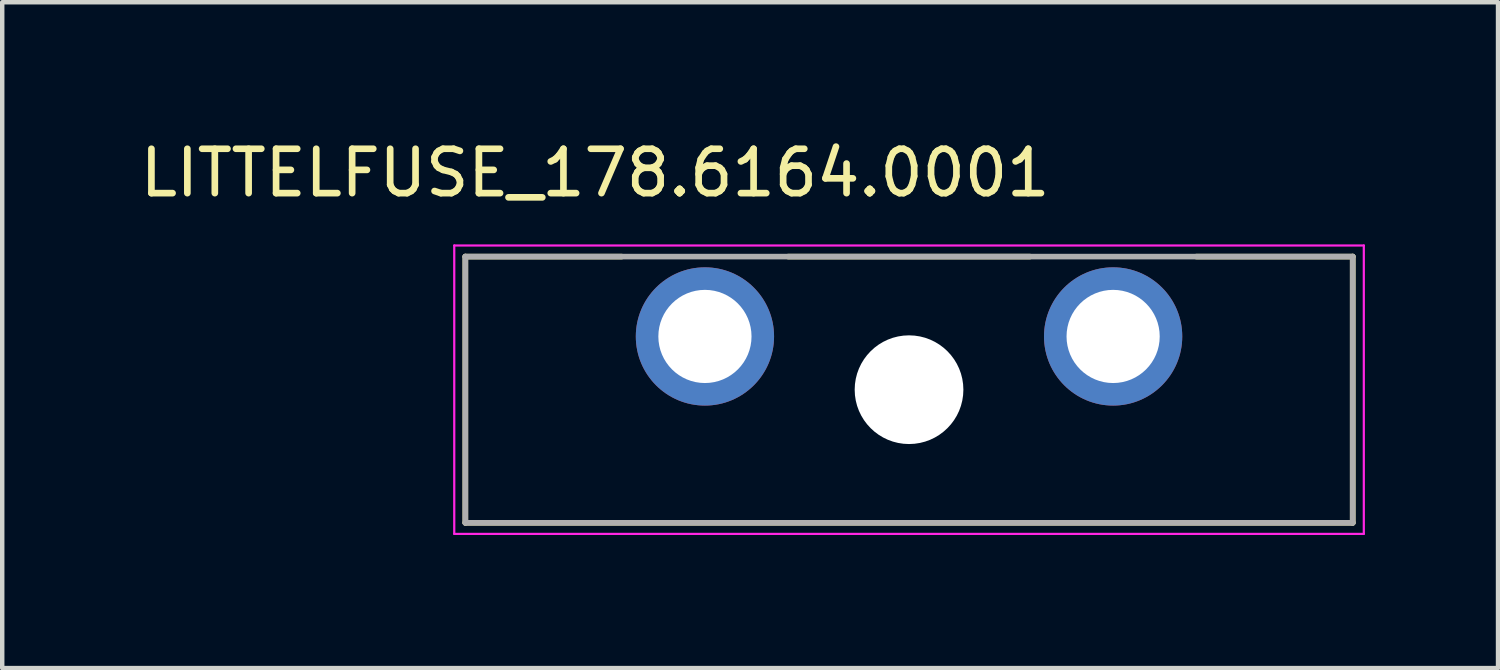
<source format=kicad_pcb>
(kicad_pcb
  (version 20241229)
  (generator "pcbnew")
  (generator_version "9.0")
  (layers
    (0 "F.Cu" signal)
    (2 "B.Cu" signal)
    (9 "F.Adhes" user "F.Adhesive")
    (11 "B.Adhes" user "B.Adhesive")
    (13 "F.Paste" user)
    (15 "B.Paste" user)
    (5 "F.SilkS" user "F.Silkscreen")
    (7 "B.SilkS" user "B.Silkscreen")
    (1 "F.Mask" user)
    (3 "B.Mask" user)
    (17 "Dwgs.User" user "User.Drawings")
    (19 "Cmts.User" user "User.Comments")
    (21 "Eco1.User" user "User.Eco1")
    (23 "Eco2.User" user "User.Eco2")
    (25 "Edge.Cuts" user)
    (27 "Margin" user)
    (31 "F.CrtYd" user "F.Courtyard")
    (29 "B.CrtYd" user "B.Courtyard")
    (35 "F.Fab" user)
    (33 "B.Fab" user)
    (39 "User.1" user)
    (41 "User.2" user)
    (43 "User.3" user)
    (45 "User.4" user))
  (footprint "LITTELFUSE_178.6164.0001"
    (layer "F.Cu")
    (at 17.438 5.733)
    (property "Reference" "LITTELFUSE_178.6164.0001" (at -7.075 -4.885 0) (layer "F.SilkS") (effects (font (size 1 1) (thickness 0.15))))
    (attr through_hole)
    (fp_line (start -10 -3) (end -6.478 -3) (stroke (width 0.127) (type solid)) (layer "F.SilkS"))
    (fp_line (start -10 3) (end -10 -3) (stroke (width 0.127) (type solid)) (layer "F.SilkS"))
    (fp_line (start -2.722 -3) (end 2.722 -3) (stroke (width 0.127) (type solid)) (layer "F.SilkS"))
    (fp_line (start 6.478 -3) (end 10 -3) (stroke (width 0.127) (type solid)) (layer "F.SilkS"))
    (fp_line (start 10 -3) (end 10 3) (stroke (width 0.127) (type solid)) (layer "F.SilkS"))
    (fp_line (start 10 3) (end -10 3) (stroke (width 0.127) (type solid)) (layer "F.SilkS"))
    (fp_line (start -10.25 -3.25) (end -10.25 3.25) (stroke (width 0.05) (type solid)) (layer "F.CrtYd"))
    (fp_line (start -10.25 3.25) (end 10.25 3.25) (stroke (width 0.05) (type solid)) (layer "F.CrtYd"))
    (fp_line (start 10.25 -3.25) (end -10.25 -3.25) (stroke (width 0.05) (type solid)) (layer "F.CrtYd"))
    (fp_line (start 10.25 3.25) (end 10.25 -3.25) (stroke (width 0.05) (type solid)) (layer "F.CrtYd"))
    (fp_line (start -10 -3) (end 10 -3) (stroke (width 0.127) (type solid)) (layer "F.Fab"))
    (fp_line (start -10 3) (end -10 -3) (stroke (width 0.127) (type solid)) (layer "F.Fab"))
    (fp_line (start 10 -3) (end 10 3) (stroke (width 0.127) (type solid)) (layer "F.Fab"))
    (fp_line (start 10 3) (end -10 3) (stroke (width 0.127) (type solid)) (layer "F.Fab"))
    (pad "" np_thru_hole circle (at 0 0) (size 2.45 2.45) (drill 2.45) (layers "*.Cu" "*.Mask"))
    (pad "1" thru_hole circle (at -4.6 -1.2) (size 3.116 3.116) (drill 2.1) (layers "*.Cu" "*.Mask"))
    (pad "2" thru_hole circle (at 4.6 -1.2) (size 3.116 3.116) (drill 2.1) (layers "*.Cu" "*.Mask")))
  (gr_rect
    (start -3 -3)
    (end 30.713 12.008)
    (stroke (width 0.1) (type default))
    (fill no)
    (layer "Edge.Cuts")))
</source>
